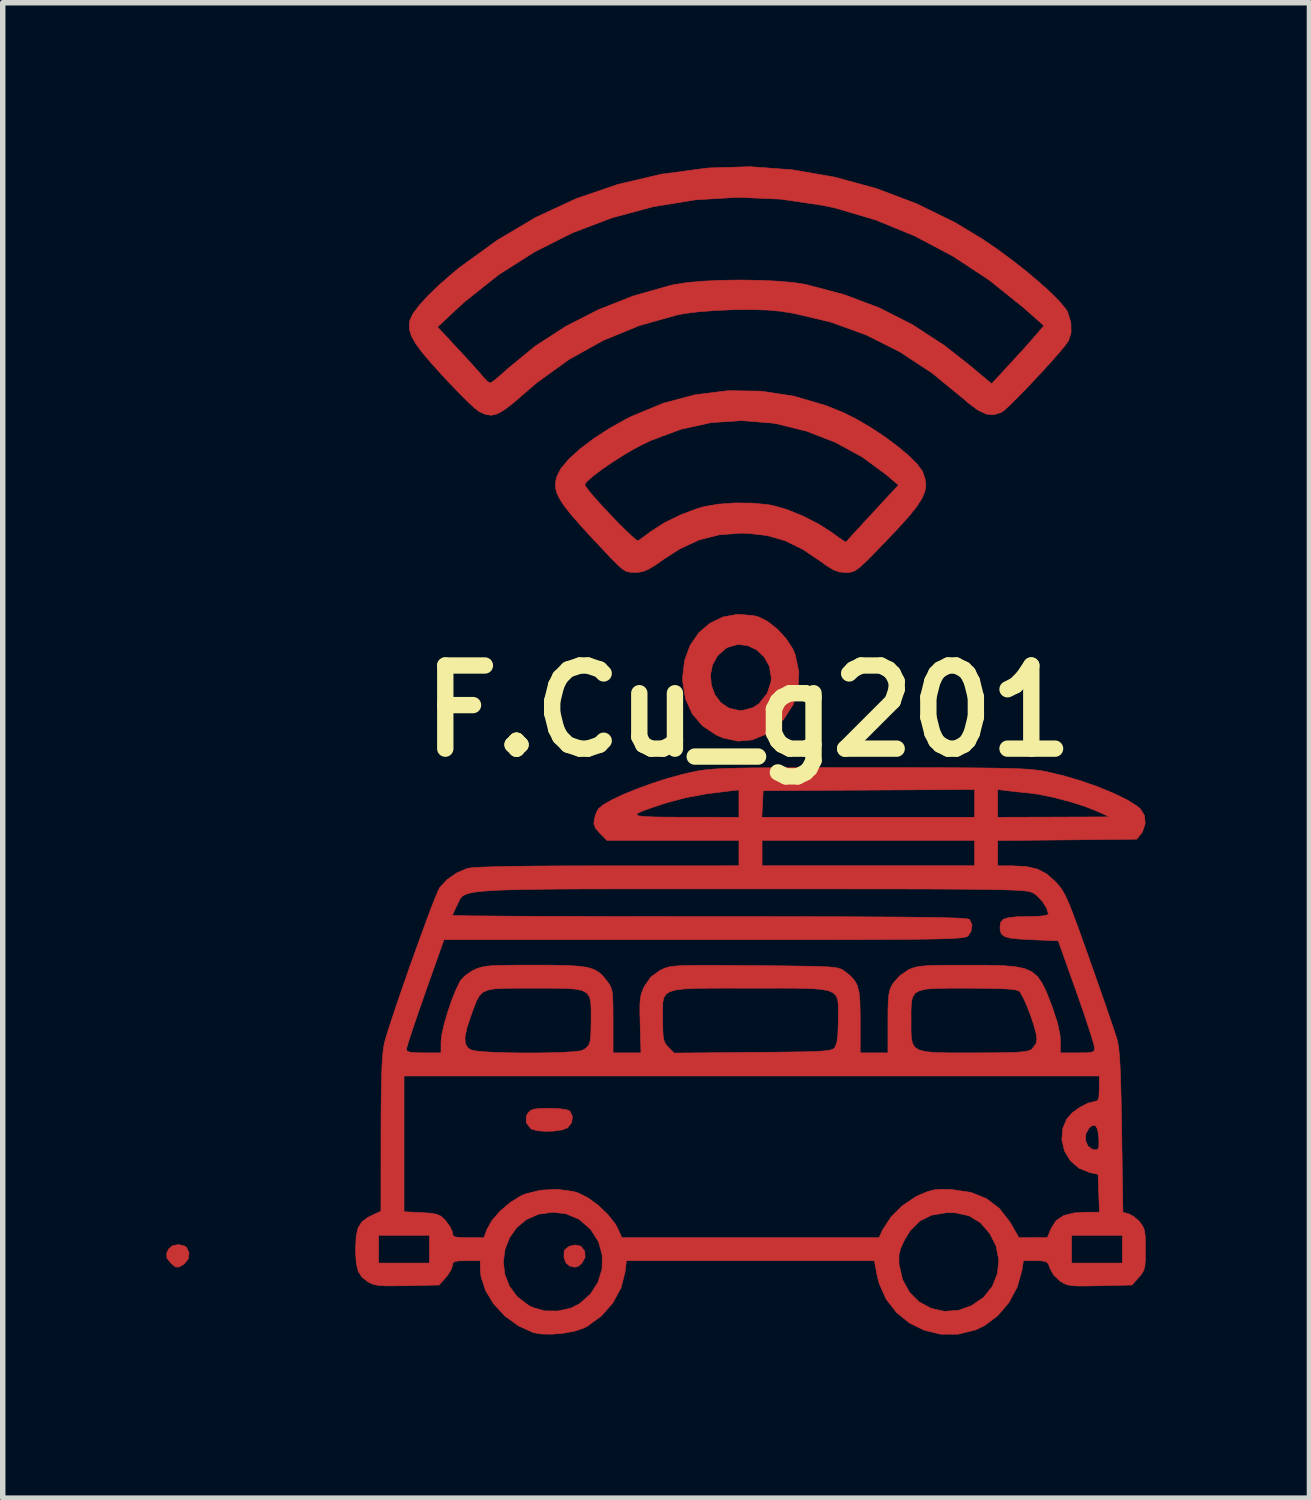
<source format=kicad_pcb>
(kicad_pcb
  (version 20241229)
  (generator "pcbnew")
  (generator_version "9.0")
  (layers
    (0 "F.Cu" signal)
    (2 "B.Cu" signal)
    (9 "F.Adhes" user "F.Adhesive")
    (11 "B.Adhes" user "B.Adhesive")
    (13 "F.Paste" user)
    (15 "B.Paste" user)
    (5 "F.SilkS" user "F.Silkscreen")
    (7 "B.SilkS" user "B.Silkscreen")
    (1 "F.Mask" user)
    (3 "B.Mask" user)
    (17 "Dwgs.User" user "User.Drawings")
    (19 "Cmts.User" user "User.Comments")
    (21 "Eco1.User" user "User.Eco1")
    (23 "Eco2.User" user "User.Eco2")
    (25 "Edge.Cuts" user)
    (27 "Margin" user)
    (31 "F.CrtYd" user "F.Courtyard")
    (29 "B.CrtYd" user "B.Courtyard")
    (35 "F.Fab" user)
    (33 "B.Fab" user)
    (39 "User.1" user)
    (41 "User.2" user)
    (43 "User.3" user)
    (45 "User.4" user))
  (footprint "F.Cu_g201"
    (layer "F.Cu")
    (at 10.663 9.982)
    (property "Reference" "F.Cu_g201" (at 0 0 0) (layer "F.SilkS") (effects (font (size 1.524 1.524) (thickness 0.3))))
    (attr through_hole)
    (fp_poly (pts (xy -10.331 9.804) (xy -10.295 9.83) (xy -10.248 9.93) (xy -10.264 10.044) (xy -10.339 10.136) (xy -10.432 10.191) (xy -10.499 10.188) (xy -10.578 10.123) (xy -10.583 10.118) (xy -10.654 10.026) (xy -10.658 9.939) (xy -10.624 9.861) (xy -10.549 9.799) (xy -10.439 9.779) (xy -10.331 9.804)) (stroke (width 0.01) (type solid)) (fill yes) (layer "F.Cu"))
    (fp_poly (pts (xy -3.068 9.808) (xy -3.064 9.81) (xy -2.995 9.902) (xy -2.99 10.017) (xy -3.046 10.116) (xy -3.116 10.178) (xy -3.177 10.193) (xy -3.27 10.173) (xy -3.338 10.118) (xy -3.376 10.017) (xy -3.374 9.91) (xy -3.357 9.868) (xy -3.279 9.809) (xy -3.167 9.786) (xy -3.068 9.808)) (stroke (width 0.01) (type solid)) (fill yes) (layer "F.Cu"))
    (fp_poly (pts (xy -3.462 7.288) (xy -3.329 7.307) (xy -3.268 7.332) (xy -3.221 7.432) (xy -3.237 7.546) (xy -3.311 7.639) (xy -3.412 7.677) (xy -3.56 7.699) (xy -3.723 7.704) (xy -3.872 7.691) (xy -3.975 7.66) (xy -3.986 7.652) (xy -4.068 7.545) (xy -4.068 7.429) (xy -4.037 7.371) (xy -3.994 7.325) (xy -3.932 7.298) (xy -3.829 7.285) (xy -3.665 7.281) (xy -3.647 7.281) (xy -3.462 7.288)) (stroke (width 0.01) (type solid)) (fill yes) (layer "F.Cu"))
    (fp_poly (pts (xy 0.103 -1.748) (xy 0.186 -1.727) (xy 0.356 -1.643) (xy 0.534 -1.502) (xy 0.695 -1.327) (xy 0.817 -1.139) (xy 0.86 -1.04) (xy 0.929 -0.719) (xy 0.916 -0.408) (xy 0.824 -0.117) (xy 0.654 0.147) (xy 0.575 0.234) (xy 0.335 0.422) (xy 0.078 0.528) (xy -0.19 0.552) (xy -0.465 0.492) (xy -0.583 0.441) (xy -0.838 0.271) (xy -1.027 0.048) (xy -1.149 -0.223) (xy -1.2 -0.539) (xy -1.202 -0.614) (xy -1.197 -0.658) (xy -0.691 -0.658) (xy -0.674 -0.471) (xy -0.61 -0.299) (xy -0.502 -0.154) (xy -0.354 -0.054) (xy -0.171 -0.011) (xy -0.093 -0.014) (xy 0.087 -0.062) (xy 0.197 -0.133) (xy 0.348 -0.323) (xy 0.418 -0.535) (xy 0.423 -0.614) (xy 0.389 -0.818) (xy 0.294 -0.99) (xy 0.156 -1.121) (xy -0.012 -1.201) (xy -0.194 -1.22) (xy -0.374 -1.168) (xy -0.411 -1.147) (xy -0.563 -1.011) (xy -0.655 -0.843) (xy -0.691 -0.658) (xy -1.197 -0.658) (xy -1.166 -0.927) (xy -1.065 -1.202) (xy -0.907 -1.432) (xy -0.702 -1.609) (xy -0.46 -1.725) (xy -0.188 -1.774) (xy 0.103 -1.748)) (stroke (width 0.01) (type solid)) (fill yes) (layer "F.Cu"))
    (fp_poly (pts (xy 0.238 -5.863) (xy 0.84 -5.771) (xy 1.434 -5.596) (xy 1.764 -5.461) (xy 2.004 -5.339) (xy 2.255 -5.191) (xy 2.502 -5.027) (xy 2.732 -4.856) (xy 2.932 -4.689) (xy 3.087 -4.537) (xy 3.185 -4.409) (xy 3.2 -4.378) (xy 3.242 -4.256) (xy 3.257 -4.14) (xy 3.239 -4.023) (xy 3.183 -3.893) (xy 3.086 -3.743) (xy 2.941 -3.563) (xy 2.743 -3.344) (xy 2.491 -3.079) (xy 2.304 -2.886) (xy 2.164 -2.745) (xy 2.06 -2.648) (xy 1.983 -2.588) (xy 1.92 -2.555) (xy 1.861 -2.542) (xy 1.796 -2.539) (xy 1.784 -2.539) (xy 1.671 -2.549) (xy 1.567 -2.585) (xy 1.444 -2.66) (xy 1.34 -2.735) (xy 1.002 -2.962) (xy 0.679 -3.121) (xy 0.351 -3.216) (xy -0.004 -3.257) (xy -0.132 -3.26) (xy -0.532 -3.23) (xy -0.9 -3.136) (xy -1.255 -2.971) (xy -1.531 -2.794) (xy -1.701 -2.675) (xy -1.825 -2.6) (xy -1.923 -2.559) (xy -2.015 -2.542) (xy -2.074 -2.54) (xy -2.165 -2.544) (xy -2.238 -2.562) (xy -2.31 -2.606) (xy -2.402 -2.688) (xy -2.529 -2.818) (xy -2.556 -2.847) (xy -2.834 -3.142) (xy -3.057 -3.384) (xy -3.23 -3.582) (xy -3.359 -3.743) (xy -3.448 -3.876) (xy -3.504 -3.987) (xy -3.53 -4.085) (xy -3.531 -4.154) (xy -2.996 -4.154) (xy -2.974 -4.109) (xy -2.905 -4.018) (xy -2.798 -3.893) (xy -2.667 -3.748) (xy -2.522 -3.593) (xy -2.377 -3.442) (xy -2.241 -3.307) (xy -2.128 -3.201) (xy -2.048 -3.135) (xy -2.016 -3.121) (xy -1.957 -3.162) (xy -1.858 -3.235) (xy -1.787 -3.288) (xy -1.54 -3.448) (xy -1.243 -3.594) (xy -0.931 -3.711) (xy -0.806 -3.747) (xy -0.547 -3.792) (xy -0.242 -3.814) (xy 0.073 -3.811) (xy 0.363 -3.783) (xy 0.447 -3.768) (xy 0.713 -3.692) (xy 1.006 -3.573) (xy 1.293 -3.426) (xy 1.541 -3.267) (xy 1.556 -3.255) (xy 1.672 -3.171) (xy 1.757 -3.114) (xy 1.793 -3.097) (xy 1.793 -3.097) (xy 1.823 -3.131) (xy 1.901 -3.217) (xy 2.018 -3.344) (xy 2.162 -3.501) (xy 2.278 -3.626) (xy 2.754 -4.141) (xy 2.524 -4.337) (xy 2.087 -4.658) (xy 1.597 -4.925) (xy 1.072 -5.129) (xy 0.531 -5.263) (xy 0.446 -5.277) (xy -0.12 -5.323) (xy -0.678 -5.286) (xy -1.23 -5.165) (xy -1.78 -4.96) (xy -1.926 -4.891) (xy -2.11 -4.794) (xy -2.308 -4.677) (xy -2.506 -4.55) (xy -2.688 -4.424) (xy -2.841 -4.309) (xy -2.949 -4.215) (xy -2.996 -4.154) (xy -3.531 -4.154) (xy -3.532 -4.177) (xy -3.515 -4.271) (xy -3.509 -4.294) (xy -3.434 -4.443) (xy -3.289 -4.615) (xy -3.086 -4.8) (xy -2.834 -4.991) (xy -2.543 -5.18) (xy -2.224 -5.358) (xy -2.138 -5.401) (xy -1.558 -5.641) (xy -0.966 -5.798) (xy -0.365 -5.872) (xy 0.238 -5.863)) (stroke (width 0.01) (type solid)) (fill yes) (layer "F.Cu"))
    (fp_poly (pts (xy 0.811 -9.92) (xy 1.582 -9.786) (xy 2.343 -9.579) (xy 3.083 -9.3) (xy 3.791 -8.953) (xy 4.29 -8.652) (xy 4.566 -8.464) (xy 4.841 -8.261) (xy 5.104 -8.054) (xy 5.345 -7.85) (xy 5.554 -7.661) (xy 5.718 -7.494) (xy 5.828 -7.359) (xy 5.858 -7.306) (xy 5.914 -7.121) (xy 5.918 -6.934) (xy 5.872 -6.788) (xy 5.816 -6.708) (xy 5.713 -6.584) (xy 5.577 -6.428) (xy 5.417 -6.252) (xy 5.247 -6.069) (xy 5.077 -5.89) (xy 4.92 -5.729) (xy 4.786 -5.597) (xy 4.688 -5.508) (xy 4.644 -5.476) (xy 4.507 -5.431) (xy 4.367 -5.442) (xy 4.21 -5.515) (xy 4.025 -5.654) (xy 3.946 -5.723) (xy 3.373 -6.193) (xy 2.78 -6.583) (xy 2.161 -6.894) (xy 1.512 -7.129) (xy 0.829 -7.29) (xy 0.596 -7.327) (xy 0.36 -7.349) (xy 0.068 -7.358) (xy -0.255 -7.356) (xy -0.584 -7.342) (xy -0.895 -7.319) (xy -1.161 -7.286) (xy -1.291 -7.262) (xy -1.992 -7.066) (xy -2.656 -6.793) (xy -3.282 -6.445) (xy -3.869 -6.022) (xy -4.106 -5.819) (xy -4.312 -5.64) (xy -4.472 -5.518) (xy -4.6 -5.446) (xy -4.709 -5.421) (xy -4.812 -5.435) (xy -4.923 -5.485) (xy -4.936 -5.493) (xy -5.007 -5.547) (xy -5.122 -5.653) (xy -5.269 -5.799) (xy -5.438 -5.973) (xy -5.597 -6.142) (xy -5.817 -6.386) (xy -5.983 -6.582) (xy -6.098 -6.74) (xy -6.171 -6.871) (xy -6.207 -6.984) (xy -6.209 -7.039) (xy -5.694 -7.039) (xy -5.313 -6.629) (xy -5.162 -6.466) (xy -5.026 -6.317) (xy -4.919 -6.196) (xy -4.854 -6.12) (xy -4.849 -6.115) (xy -4.781 -6.042) (xy -4.729 -6.011) (xy -4.729 -6.011) (xy -4.683 -6.038) (xy -4.591 -6.111) (xy -4.469 -6.217) (xy -4.39 -6.289) (xy -3.9 -6.69) (xy -3.347 -7.048) (xy -2.744 -7.356) (xy -2.106 -7.608) (xy -1.444 -7.796) (xy -1.355 -7.816) (xy -1.122 -7.853) (xy -0.826 -7.879) (xy -0.489 -7.895) (xy -0.131 -7.9) (xy 0.225 -7.894) (xy 0.559 -7.878) (xy 0.85 -7.851) (xy 1.057 -7.818) (xy 1.754 -7.634) (xy 2.4 -7.391) (xy 3.009 -7.082) (xy 3.594 -6.701) (xy 4.045 -6.348) (xy 4.462 -5.998) (xy 4.772 -6.333) (xy 4.922 -6.497) (xy 5.072 -6.662) (xy 5.198 -6.804) (xy 5.251 -6.865) (xy 5.421 -7.063) (xy 5.046 -7.394) (xy 4.417 -7.899) (xy 3.75 -8.338) (xy 3.053 -8.707) (xy 2.335 -9.001) (xy 1.605 -9.217) (xy 1.376 -9.267) (xy 0.594 -9.382) (xy -0.19 -9.416) (xy -0.97 -9.369) (xy -1.739 -9.244) (xy -2.49 -9.042) (xy -3.218 -8.766) (xy -3.914 -8.416) (xy -4.574 -7.996) (xy -5.19 -7.507) (xy -5.35 -7.361) (xy -5.694 -7.039) (xy -6.209 -7.039) (xy -6.211 -7.091) (xy -6.2 -7.164) (xy -6.146 -7.279) (xy -6.031 -7.433) (xy -5.864 -7.616) (xy -5.653 -7.819) (xy -5.408 -8.032) (xy -5.292 -8.127) (xy -4.6 -8.629) (xy -3.889 -9.05) (xy -3.153 -9.391) (xy -2.388 -9.653) (xy -1.591 -9.84) (xy -0.757 -9.951) (xy -0.722 -9.954) (xy 0.039 -9.977) (xy 0.811 -9.92)) (stroke (width 0.01) (type solid)) (fill yes) (layer "F.Cu"))
    (fp_poly (pts (xy 2.795 1.037) (xy 3.289 1.038) (xy 3.712 1.039) (xy 4.07 1.041) (xy 4.371 1.044) (xy 4.62 1.048) (xy 4.825 1.053) (xy 4.992 1.059) (xy 5.128 1.067) (xy 5.24 1.077) (xy 5.334 1.089) (xy 5.417 1.102) (xy 5.47 1.112) (xy 5.788 1.188) (xy 6.112 1.284) (xy 6.425 1.395) (xy 6.71 1.513) (xy 6.952 1.632) (xy 7.133 1.746) (xy 7.186 1.79) (xy 7.263 1.913) (xy 7.277 2.064) (xy 7.227 2.212) (xy 7.2 2.25) (xy 7.12 2.349) (xy 5.846 2.362) (xy 4.572 2.374) (xy 4.572 2.836) (xy 4.837 2.837) (xy 5.095 2.85) (xy 5.296 2.895) (xy 5.463 2.981) (xy 5.62 3.117) (xy 5.63 3.128) (xy 5.686 3.188) (xy 5.735 3.25) (xy 5.782 3.325) (xy 5.831 3.421) (xy 5.887 3.548) (xy 5.953 3.717) (xy 6.035 3.936) (xy 6.136 4.217) (xy 6.256 4.555) (xy 6.368 4.872) (xy 6.474 5.175) (xy 6.57 5.45) (xy 6.651 5.686) (xy 6.713 5.87) (xy 6.752 5.991) (xy 6.759 6.014) (xy 6.778 6.096) (xy 6.794 6.206) (xy 6.807 6.352) (xy 6.818 6.542) (xy 6.827 6.785) (xy 6.835 7.09) (xy 6.843 7.467) (xy 6.846 7.716) (xy 6.868 9.187) (xy 6.969 9.213) (xy 7.063 9.261) (xy 7.162 9.348) (xy 7.176 9.364) (xy 7.227 9.433) (xy 7.259 9.506) (xy 7.275 9.606) (xy 7.281 9.756) (xy 7.281 9.866) (xy 7.28 10.049) (xy 7.271 10.171) (xy 7.249 10.254) (xy 7.209 10.321) (xy 7.158 10.382) (xy 7.034 10.52) (xy 6.449 10.533) (xy 6.213 10.538) (xy 6.046 10.538) (xy 5.929 10.531) (xy 5.847 10.515) (xy 5.783 10.489) (xy 5.72 10.451) (xy 5.716 10.448) (xy 5.596 10.334) (xy 5.53 10.212) (xy 5.502 10.132) (xy 5.461 10.092) (xy 5.38 10.077) (xy 5.268 10.075) (xy 5.045 10.075) (xy 5.016 10.255) (xy 4.93 10.561) (xy 4.778 10.842) (xy 4.574 11.082) (xy 4.33 11.266) (xy 4.167 11.343) (xy 3.848 11.421) (xy 3.532 11.422) (xy 3.231 11.351) (xy 2.956 11.217) (xy 2.718 11.023) (xy 2.528 10.778) (xy 2.399 10.487) (xy 2.362 10.336) (xy 2.319 10.108) (xy 2.763 10.108) (xy 2.767 10.151) (xy 2.83 10.424) (xy 2.957 10.653) (xy 3.134 10.829) (xy 3.351 10.948) (xy 3.594 11.002) (xy 3.853 10.984) (xy 4.093 10.899) (xy 4.315 10.746) (xy 4.475 10.545) (xy 4.568 10.312) (xy 4.593 10.061) (xy 4.544 9.806) (xy 4.428 9.576) (xy 4.254 9.376) (xy 4.047 9.251) (xy 3.798 9.196) (xy 3.632 9.195) (xy 3.362 9.24) (xy 3.145 9.347) (xy 2.969 9.524) (xy 2.865 9.695) (xy 2.795 9.847) (xy 2.764 9.971) (xy 2.763 10.108) (xy 2.319 10.108) (xy 2.313 10.075) (xy -2.232 10.075) (xy -2.257 10.284) (xy -2.332 10.574) (xy -2.48 10.847) (xy -2.689 11.086) (xy -2.948 11.275) (xy -3.006 11.306) (xy -3.164 11.361) (xy -3.369 11.401) (xy -3.588 11.421) (xy -3.79 11.418) (xy -3.937 11.393) (xy -4.215 11.266) (xy -4.462 11.086) (xy -4.665 10.866) (xy -4.814 10.621) (xy -4.897 10.363) (xy -4.911 10.216) (xy -4.911 10.096) (xy -4.487 10.096) (xy -4.461 10.324) (xy -4.377 10.541) (xy -4.233 10.735) (xy -4.026 10.893) (xy -3.958 10.929) (xy -3.737 10.993) (xy -3.49 10.997) (xy -3.251 10.944) (xy -3.096 10.867) (xy -2.891 10.686) (xy -2.751 10.467) (xy -2.678 10.224) (xy -2.675 9.972) (xy -2.743 9.727) (xy -2.885 9.503) (xy -2.89 9.498) (xy -3.097 9.317) (xy -3.337 9.215) (xy -3.578 9.186) (xy -3.842 9.222) (xy -4.065 9.32) (xy -4.244 9.469) (xy -4.375 9.656) (xy -4.457 9.869) (xy -4.487 10.096) (xy -4.911 10.096) (xy -4.911 10.075) (xy -5.165 10.075) (xy -5.307 10.078) (xy -5.383 10.092) (xy -5.414 10.123) (xy -5.419 10.159) (xy -5.446 10.242) (xy -5.513 10.347) (xy -5.542 10.382) (xy -5.666 10.52) (xy -6.251 10.532) (xy -6.49 10.536) (xy -6.661 10.535) (xy -6.78 10.526) (xy -6.865 10.51) (xy -6.931 10.483) (xy -6.975 10.458) (xy -7.079 10.376) (xy -7.146 10.271) (xy -7.182 10.126) (xy -7.196 9.921) (xy -7.196 9.85) (xy -7.185 9.629) (xy -7.181 9.61) (xy -6.773 9.61) (xy -6.773 10.118) (xy -5.842 10.118) (xy -5.842 9.61) (xy -6.773 9.61) (xy -7.181 9.61) (xy -7.149 9.471) (xy -7.078 9.36) (xy -6.963 9.277) (xy -6.911 9.251) (xy -6.731 9.167) (xy -6.73 7.769) (xy -6.729 7.339) (xy -6.725 6.985) (xy -6.719 6.698) (xy -6.719 6.689) (xy -6.308 6.689) (xy -6.308 9.177) (xy -5.986 9.193) (xy -5.818 9.204) (xy -5.71 9.223) (xy -5.635 9.257) (xy -5.569 9.316) (xy -5.541 9.347) (xy -5.465 9.451) (xy -5.422 9.545) (xy -5.419 9.568) (xy -5.41 9.613) (xy -5.373 9.638) (xy -5.288 9.649) (xy -5.138 9.652) (xy -5.131 9.652) (xy -4.843 9.652) (xy -4.789 9.503) (xy -4.697 9.338) (xy -4.548 9.167) (xy -4.365 9.01) (xy -4.169 8.888) (xy -4.085 8.851) (xy -3.805 8.782) (xy -3.501 8.766) (xy -3.211 8.804) (xy -3.118 8.831) (xy -2.939 8.92) (xy -2.749 9.059) (xy -2.574 9.226) (xy -2.438 9.398) (xy -2.393 9.48) (xy -2.315 9.652) (xy 2.397 9.652) (xy 2.468 9.503) (xy 2.616 9.276) (xy 2.824 9.068) (xy 3.067 8.905) (xy 3.139 8.87) (xy 3.283 8.81) (xy 3.403 8.777) (xy 3.533 8.766) (xy 3.708 8.77) (xy 3.742 8.772) (xy 4.081 8.822) (xy 4.365 8.935) (xy 4.602 9.115) (xy 4.798 9.366) (xy 4.833 9.426) (xy 4.961 9.652) (xy 5.222 9.652) (xy 5.482 9.651) (xy 5.5 9.61) (xy 5.927 9.61) (xy 5.927 10.118) (xy 6.858 10.118) (xy 6.858 9.61) (xy 5.927 9.61) (xy 5.5 9.61) (xy 5.554 9.481) (xy 5.645 9.339) (xy 5.784 9.246) (xy 5.982 9.197) (xy 6.181 9.186) (xy 6.438 9.186) (xy 6.413 8.491) (xy 6.271 8.462) (xy 6.066 8.381) (xy 5.905 8.242) (xy 5.797 8.062) (xy 5.751 7.867) (xy 6.182 7.867) (xy 6.225 7.971) (xy 6.308 8.035) (xy 6.361 8.043) (xy 6.406 8.032) (xy 6.427 7.985) (xy 6.429 7.883) (xy 6.426 7.824) (xy 6.405 7.67) (xy 6.364 7.596) (xy 6.3 7.601) (xy 6.249 7.642) (xy 6.188 7.749) (xy 6.182 7.867) (xy 5.751 7.867) (xy 5.748 7.857) (xy 5.767 7.646) (xy 5.84 7.475) (xy 5.937 7.366) (xy 6.077 7.264) (xy 6.228 7.186) (xy 6.358 7.154) (xy 6.363 7.154) (xy 6.405 7.139) (xy 6.427 7.081) (xy 6.434 6.961) (xy 6.435 6.921) (xy 6.435 6.689) (xy -6.308 6.689) (xy -6.719 6.689) (xy -6.71 6.472) (xy -6.698 6.296) (xy -6.687 6.203) (xy -6.265 6.203) (xy -6.247 6.236) (xy -6.184 6.256) (xy -6.059 6.264) (xy -5.948 6.265) (xy -5.63 6.265) (xy -5.63 6.059) (xy -5.621 5.981) (xy -5.191 5.981) (xy -5.184 6.097) (xy -5.135 6.174) (xy -5.08 6.211) (xy -5.001 6.229) (xy -4.853 6.244) (xy -4.653 6.255) (xy -4.415 6.263) (xy -4.156 6.267) (xy -3.891 6.267) (xy -3.636 6.263) (xy -3.407 6.256) (xy -3.219 6.245) (xy -3.087 6.231) (xy -3.035 6.217) (xy -2.967 6.175) (xy -2.923 6.124) (xy -2.896 6.046) (xy -2.884 5.924) (xy -2.88 5.74) (xy -2.879 5.662) (xy -2.879 5.482) (xy -2.885 5.344) (xy -2.907 5.241) (xy -2.956 5.169) (xy -3.04 5.123) (xy -3.17 5.096) (xy -3.355 5.083) (xy -3.605 5.08) (xy -3.93 5.08) (xy -3.93 5.08) (xy -4.239 5.08) (xy -4.475 5.082) (xy -4.65 5.092) (xy -4.777 5.116) (xy -4.866 5.157) (xy -4.93 5.223) (xy -4.982 5.318) (xy -5.032 5.446) (xy -5.083 5.588) (xy -5.158 5.816) (xy -5.191 5.981) (xy -5.621 5.981) (xy -5.614 5.923) (xy -5.571 5.736) (xy -5.508 5.521) (xy -5.434 5.303) (xy -5.356 5.108) (xy -5.284 4.96) (xy -5.267 4.933) (xy -5.188 4.851) (xy -5.068 4.768) (xy -5.021 4.743) (xy -4.955 4.715) (xy -4.885 4.693) (xy -4.796 4.677) (xy -4.678 4.667) (xy -4.517 4.661) (xy -4.3 4.658) (xy -4.014 4.657) (xy -3.919 4.657) (xy -3.581 4.658) (xy -3.315 4.664) (xy -3.111 4.676) (xy -2.956 4.697) (xy -2.84 4.731) (xy -2.75 4.779) (xy -2.675 4.843) (xy -2.604 4.928) (xy -2.591 4.945) (xy -2.545 5.008) (xy -2.514 5.068) (xy -2.494 5.142) (xy -2.483 5.247) (xy -2.478 5.398) (xy -2.477 5.614) (xy -2.477 5.68) (xy -2.477 6.265) (xy -1.965 6.265) (xy -1.98 5.747) (xy -1.985 5.524) (xy -1.985 5.445) (xy -1.568 5.445) (xy -1.567 5.578) (xy -1.566 5.653) (xy -1.565 5.844) (xy -1.557 5.971) (xy -1.538 6.054) (xy -1.506 6.113) (xy -1.461 6.163) (xy -1.355 6.269) (xy 0.088 6.256) (xy 0.476 6.253) (xy 0.788 6.249) (xy 1.034 6.245) (xy 1.22 6.24) (xy 1.357 6.232) (xy 1.452 6.223) (xy 1.516 6.211) (xy 1.555 6.195) (xy 1.58 6.176) (xy 1.591 6.162) (xy 1.624 6.08) (xy 1.643 5.935) (xy 1.651 5.718) (xy 1.651 5.665) (xy 1.653 5.515) (xy 1.652 5.393) (xy 1.642 5.296) (xy 1.614 5.221) (xy 1.561 5.166) (xy 1.474 5.127) (xy 1.345 5.102) (xy 1.168 5.087) (xy 0.933 5.081) (xy 0.634 5.079) (xy 0.262 5.08) (xy 0.042 5.08) (xy -0.37 5.079) (xy -0.705 5.08) (xy -0.972 5.083) (xy -1.177 5.093) (xy -1.329 5.113) (xy -1.436 5.144) (xy -1.506 5.19) (xy -1.546 5.254) (xy -1.564 5.337) (xy -1.568 5.445) (xy -1.985 5.445) (xy -1.984 5.365) (xy -1.974 5.251) (xy -1.953 5.163) (xy -1.918 5.079) (xy -1.897 5.038) (xy -1.783 4.874) (xy -1.624 4.759) (xy -1.609 4.751) (xy -1.557 4.726) (xy -1.507 4.705) (xy -1.448 4.689) (xy -1.371 4.678) (xy -1.268 4.669) (xy -1.129 4.664) (xy -0.945 4.661) (xy -0.708 4.661) (xy -0.406 4.662) (xy -0.033 4.665) (xy 0.113 4.666) (xy 0.515 4.669) (xy 0.84 4.673) (xy 1.098 4.677) (xy 1.298 4.682) (xy 1.448 4.688) (xy 1.558 4.697) (xy 1.635 4.709) (xy 1.689 4.724) (xy 1.729 4.743) (xy 1.762 4.765) (xy 1.871 4.852) (xy 1.949 4.936) (xy 2.001 5.032) (xy 2.032 5.157) (xy 2.048 5.328) (xy 2.053 5.56) (xy 2.053 5.676) (xy 2.053 6.265) (xy 2.561 6.265) (xy 2.561 5.704) (xy 2.562 5.502) (xy 2.984 5.502) (xy 2.985 5.681) (xy 2.984 5.854) (xy 2.99 5.989) (xy 3.011 6.091) (xy 3.056 6.164) (xy 3.135 6.213) (xy 3.258 6.243) (xy 3.432 6.259) (xy 3.669 6.265) (xy 3.976 6.265) (xy 4.144 6.265) (xy 4.464 6.264) (xy 4.71 6.261) (xy 4.893 6.256) (xy 5.024 6.246) (xy 5.113 6.233) (xy 5.171 6.214) (xy 5.198 6.199) (xy 5.277 6.095) (xy 5.292 6.012) (xy 5.276 5.906) (xy 5.235 5.754) (xy 5.177 5.581) (xy 5.111 5.41) (xy 5.045 5.261) (xy 4.988 5.16) (xy 4.964 5.133) (xy 4.91 5.113) (xy 4.801 5.098) (xy 4.631 5.088) (xy 4.392 5.082) (xy 4.076 5.08) (xy 4.02 5.08) (xy 3.698 5.08) (xy 3.45 5.084) (xy 3.268 5.096) (xy 3.14 5.125) (xy 3.058 5.173) (xy 3.011 5.249) (xy 2.99 5.356) (xy 2.984 5.502) (xy 2.562 5.502) (xy 2.562 5.471) (xy 2.568 5.306) (xy 2.579 5.189) (xy 2.6 5.104) (xy 2.631 5.033) (xy 2.658 4.988) (xy 2.776 4.854) (xy 2.93 4.747) (xy 2.936 4.744) (xy 3.002 4.715) (xy 3.073 4.693) (xy 3.161 4.678) (xy 3.279 4.667) (xy 3.439 4.661) (xy 3.655 4.658) (xy 3.94 4.658) (xy 4.024 4.658) (xy 4.385 4.659) (xy 4.671 4.667) (xy 4.895 4.685) (xy 5.067 4.721) (xy 5.199 4.779) (xy 5.302 4.866) (xy 5.386 4.985) (xy 5.463 5.143) (xy 5.543 5.346) (xy 5.574 5.428) (xy 5.669 5.714) (xy 5.716 5.943) (xy 5.722 6.043) (xy 5.722 6.265) (xy 6.036 6.265) (xy 6.197 6.264) (xy 6.29 6.255) (xy 6.335 6.234) (xy 6.348 6.196) (xy 6.348 6.17) (xy 6.334 6.104) (xy 6.294 5.971) (xy 6.234 5.784) (xy 6.158 5.554) (xy 6.068 5.296) (xy 6.015 5.144) (xy 5.683 4.212) (xy 5.189 4.191) (xy 4.958 4.178) (xy 4.799 4.161) (xy 4.698 4.132) (xy 4.642 4.088) (xy 4.619 4.022) (xy 4.615 3.956) (xy 4.627 3.874) (xy 4.674 3.819) (xy 4.767 3.787) (xy 4.922 3.771) (xy 5.11 3.768) (xy 5.309 3.763) (xy 5.442 3.75) (xy 5.501 3.729) (xy 5.503 3.723) (xy 5.472 3.616) (xy 5.394 3.491) (xy 5.29 3.381) (xy 5.237 3.343) (xy 5.214 3.33) (xy 5.188 3.319) (xy 5.152 3.309) (xy 5.103 3.3) (xy 5.036 3.293) (xy 4.946 3.286) (xy 4.828 3.281) (xy 4.679 3.276) (xy 4.493 3.272) (xy 4.265 3.269) (xy 3.992 3.266) (xy 3.668 3.264) (xy 3.29 3.262) (xy 2.852 3.261) (xy 2.349 3.261) (xy 1.778 3.26) (xy 1.133 3.26) (xy 0.41 3.26) (xy 0.073 3.26) (xy -0.704 3.26) (xy -1.4 3.26) (xy -2.02 3.26) (xy -2.569 3.26) (xy -3.052 3.261) (xy -3.472 3.263) (xy -3.834 3.267) (xy -4.143 3.272) (xy -4.403 3.278) (xy -4.619 3.286) (xy -4.795 3.297) (xy -4.935 3.309) (xy -5.044 3.325) (xy -5.127 3.343) (xy -5.188 3.365) (xy -5.232 3.389) (xy -5.262 3.418) (xy -5.284 3.45) (xy -5.302 3.486) (xy -5.32 3.527) (xy -5.332 3.551) (xy -5.384 3.658) (xy -5.415 3.731) (xy -5.419 3.745) (xy -5.377 3.748) (xy -5.256 3.751) (xy -5.062 3.754) (xy -4.799 3.756) (xy -4.472 3.759) (xy -4.088 3.761) (xy -3.651 3.763) (xy -3.168 3.764) (xy -2.642 3.766) (xy -2.081 3.767) (xy -1.488 3.767) (xy -0.87 3.768) (xy -0.707 3.768) (xy 0.066 3.768) (xy 0.757 3.769) (xy 1.372 3.77) (xy 1.912 3.771) (xy 2.382 3.774) (xy 2.786 3.776) (xy 3.127 3.78) (xy 3.408 3.784) (xy 3.634 3.789) (xy 3.807 3.794) (xy 3.932 3.801) (xy 4.012 3.808) (xy 4.051 3.816) (xy 4.056 3.818) (xy 4.103 3.919) (xy 4.084 4.039) (xy 4.036 4.114) (xy 4.023 4.126) (xy 4.002 4.136) (xy 3.969 4.146) (xy 3.919 4.154) (xy 3.848 4.161) (xy 3.751 4.167) (xy 3.624 4.173) (xy 3.461 4.177) (xy 3.258 4.181) (xy 3.01 4.184) (xy 2.713 4.186) (xy 2.363 4.188) (xy 1.953 4.189) (xy 1.48 4.19) (xy 0.94 4.191) (xy 0.326 4.191) (xy -0.364 4.191) (xy -0.805 4.191) (xy -5.576 4.191) (xy -5.921 5.166) (xy -6.017 5.44) (xy -6.102 5.689) (xy -6.174 5.902) (xy -6.227 6.067) (xy -6.258 6.172) (xy -6.265 6.203) (xy -6.687 6.203) (xy -6.682 6.164) (xy -6.67 6.096) (xy -6.64 5.986) (xy -6.587 5.814) (xy -6.514 5.592) (xy -6.427 5.332) (xy -6.328 5.045) (xy -6.223 4.744) (xy -6.115 4.441) (xy -6.009 4.147) (xy -5.909 3.874) (xy -5.82 3.635) (xy -5.744 3.441) (xy -5.688 3.305) (xy -5.656 3.239) (xy -5.521 3.091) (xy -5.337 2.964) (xy -5.144 2.883) (xy -5.055 2.871) (xy -4.884 2.861) (xy -4.628 2.853) (xy -4.289 2.846) (xy -3.865 2.841) (xy -3.357 2.838) (xy -2.765 2.837) (xy -2.572 2.837) (xy -0.169 2.836) (xy -0.169 2.371) (xy 0.254 2.371) (xy 0.254 2.836) (xy 4.149 2.836) (xy 4.149 2.371) (xy 0.254 2.371) (xy -0.169 2.371) (xy -2.589 2.371) (xy -2.718 2.242) (xy -2.8 2.145) (xy -2.828 2.061) (xy -2.82 1.981) (xy -2.795 1.901) (xy -2.046 1.901) (xy -2.004 1.922) (xy -1.889 1.935) (xy -1.698 1.942) (xy -1.428 1.945) (xy -1.154 1.946) (xy -0.169 1.947) (xy 0.25 1.947) (xy 4.149 1.947) (xy 4.572 1.947) (xy 5.599 1.944) (xy 6.625 1.94) (xy 6.393 1.835) (xy 6.167 1.746) (xy 5.89 1.659) (xy 5.597 1.583) (xy 5.321 1.526) (xy 5.148 1.503) (xy 4.977 1.486) (xy 4.813 1.468) (xy 4.731 1.458) (xy 4.572 1.438) (xy 4.572 1.947) (xy 4.149 1.947) (xy 4.149 1.438) (xy 2.212 1.449) (xy 0.275 1.46) (xy 0.262 1.704) (xy 0.25 1.947) (xy -0.169 1.947) (xy -0.169 1.447) (xy -0.349 1.466) (xy -0.779 1.52) (xy -1.151 1.59) (xy -1.487 1.68) (xy -1.545 1.698) (xy -1.765 1.771) (xy -1.923 1.827) (xy -2.018 1.87) (xy -2.046 1.901) (xy -2.795 1.901) (xy -2.786 1.868) (xy -2.743 1.789) (xy -2.65 1.714) (xy -2.489 1.623) (xy -2.277 1.524) (xy -2.027 1.423) (xy -1.755 1.324) (xy -1.476 1.234) (xy -1.205 1.16) (xy -1.098 1.135) (xy -1.01 1.116) (xy -0.927 1.099) (xy -0.843 1.085) (xy -0.75 1.074) (xy -0.642 1.064) (xy -0.512 1.056) (xy -0.353 1.05) (xy -0.158 1.046) (xy 0.08 1.042) (xy 0.368 1.04) (xy 0.711 1.039) (xy 1.119 1.038) (xy 1.596 1.037) (xy 2.15 1.037) (xy 2.223 1.037) (xy 2.795 1.037)) (stroke (width 0.01) (type solid)) (fill yes) (layer "F.Cu")))
  (gr_rect
    (start -3 -3)
    (end 20.95 24.408)
    (stroke (width 0.1) (type default))
    (fill no)
    (layer "Edge.Cuts")))
</source>
